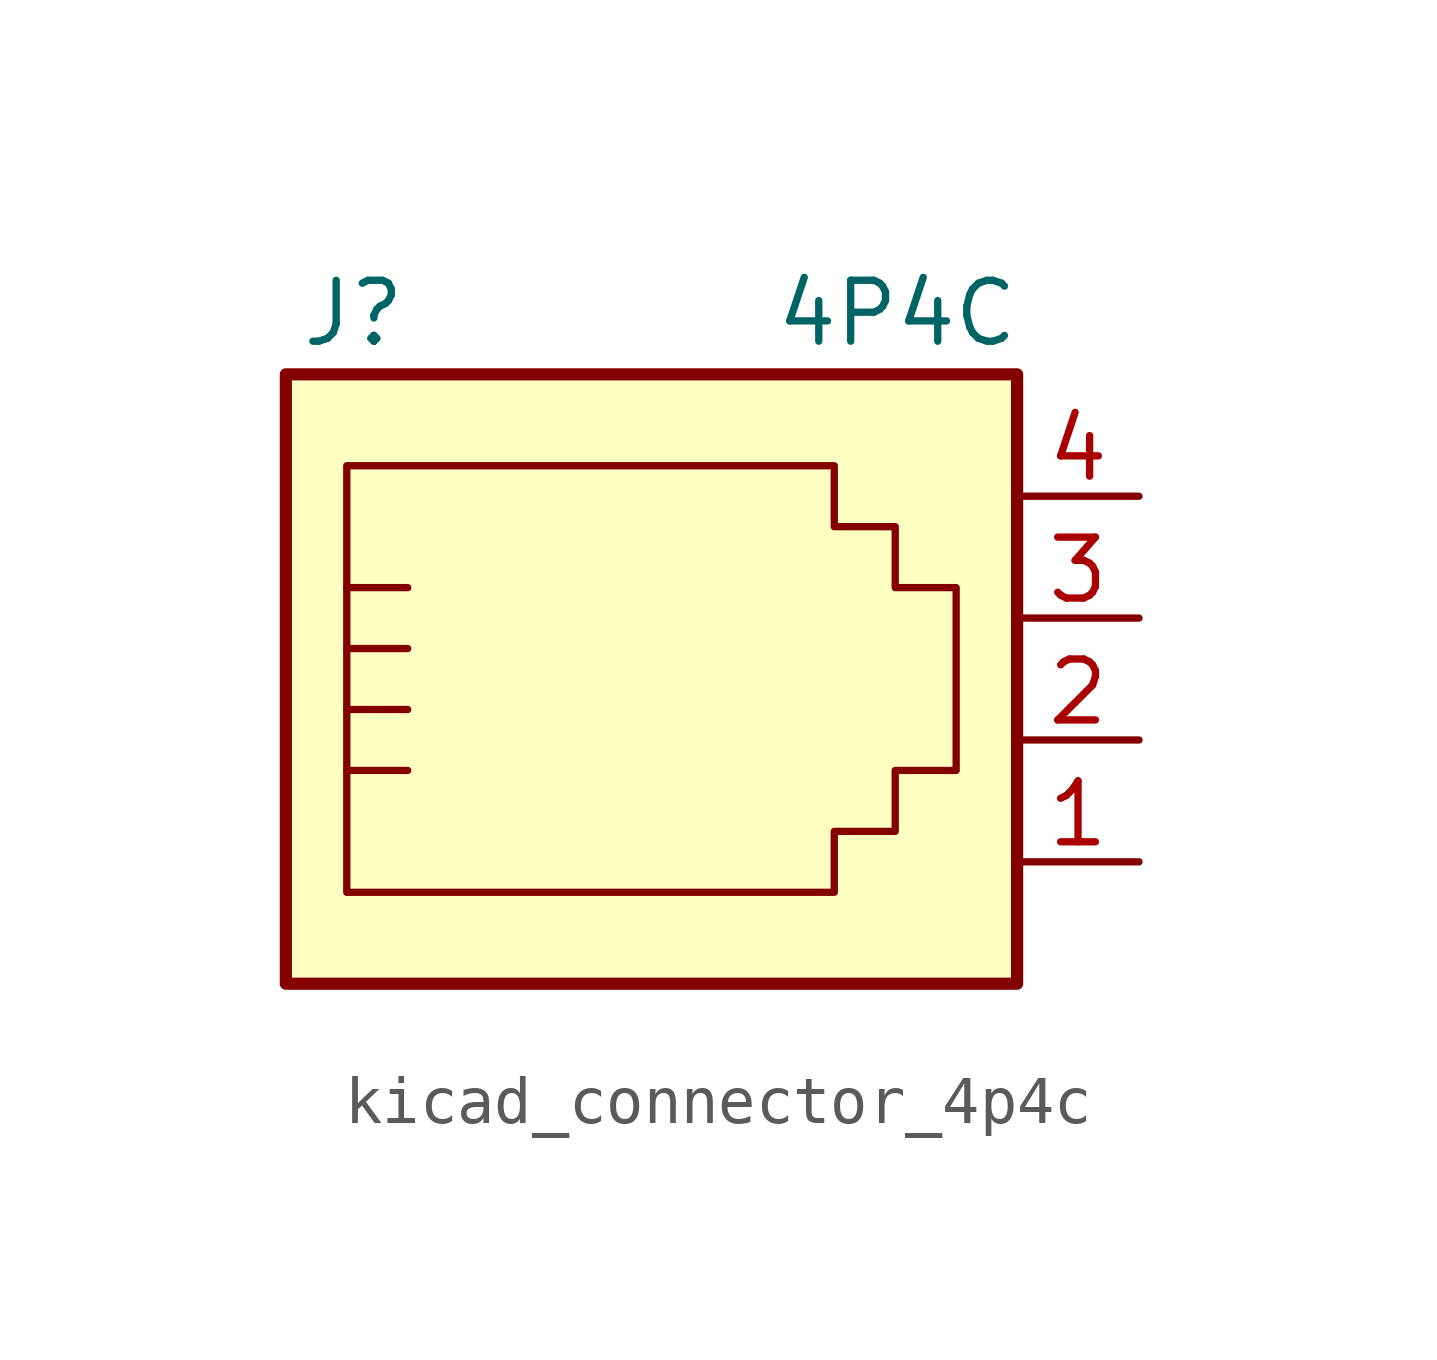
<source format=kicad_sym>
(kicad_symbol_lib
  (version 20220914)
  (generator kicad_symbol_editor)
  (symbol "kicad_connector_4p4c"
    (pin_names
      (offset 1.016))
    (property "Reference" "J"
      (at -5.08 8.89 0)
      (effects (font (size 1.27 1.27)) (justify right)))
    (property "Value" "4P4C"
      (at 2.54 8.89 0)
      (effects (font (size 1.27 1.27)) (justify left)))
    (symbol "kicad_connector_4p4c_0_1"
      (polyline (pts (xy -6.35 -0.635) (xy -5.08 -0.635) (xy -5.08 -0.635)) (stroke (width 0) (type default)) (fill (type none)))
      (polyline (pts (xy -6.35 0.635) (xy -5.08 0.635) (xy -5.08 0.635)) (stroke (width 0) (type default)) (fill (type none)))
      (polyline (pts (xy -6.35 1.905) (xy -5.08 1.905) (xy -5.08 1.905)) (stroke (width 0) (type default)) (fill (type none)))
      (polyline (pts (xy -6.35 3.175) (xy -5.08 3.175) (xy -5.08 3.175)) (stroke (width 0) (type default)) (fill (type none)))
      (polyline (pts (xy -6.35 -3.175) (xy -6.35 5.715) (xy -1.27 5.715) (xy 3.81 5.715) (xy 3.81 4.445) (xy 5.08 4.445) (xy 5.08 3.175) (xy 6.35 3.175) (xy 6.35 -0.635) (xy 5.08 -0.635) (xy 5.08 -1.905) (xy 3.81 -1.905) (xy 3.81 -3.175) (xy -6.35 -3.175) (xy -6.35 -3.175)) (stroke (width 0) (type default)) (fill (type none)))
      (rectangle (start 7.62 7.62) (end -7.62 -5.08) (stroke (width 0.254) (type default)) (fill (type background))))
    (symbol "kicad_connector_4p4c_1_1"
      (pin passive line (at 10.16 -2.54 180) (length 2.54) (name "~" (effects (font (size 1.27 1.27)))) (number "1" (effects (font (size 1.27 1.27)))))
      (pin passive line (at 10.16 0 180) (length 2.54) (name "~" (effects (font (size 1.27 1.27)))) (number "2" (effects (font (size 1.27 1.27)))))
      (pin passive line (at 10.16 2.54 180) (length 2.54) (name "~" (effects (font (size 1.27 1.27)))) (number "3" (effects (font (size 1.27 1.27)))))
      (pin passive line (at 10.16 5.08 180) (length 2.54) (name "~" (effects (font (size 1.27 1.27)))) (number "4" (effects (font (size 1.27 1.27))))))))
</source>
